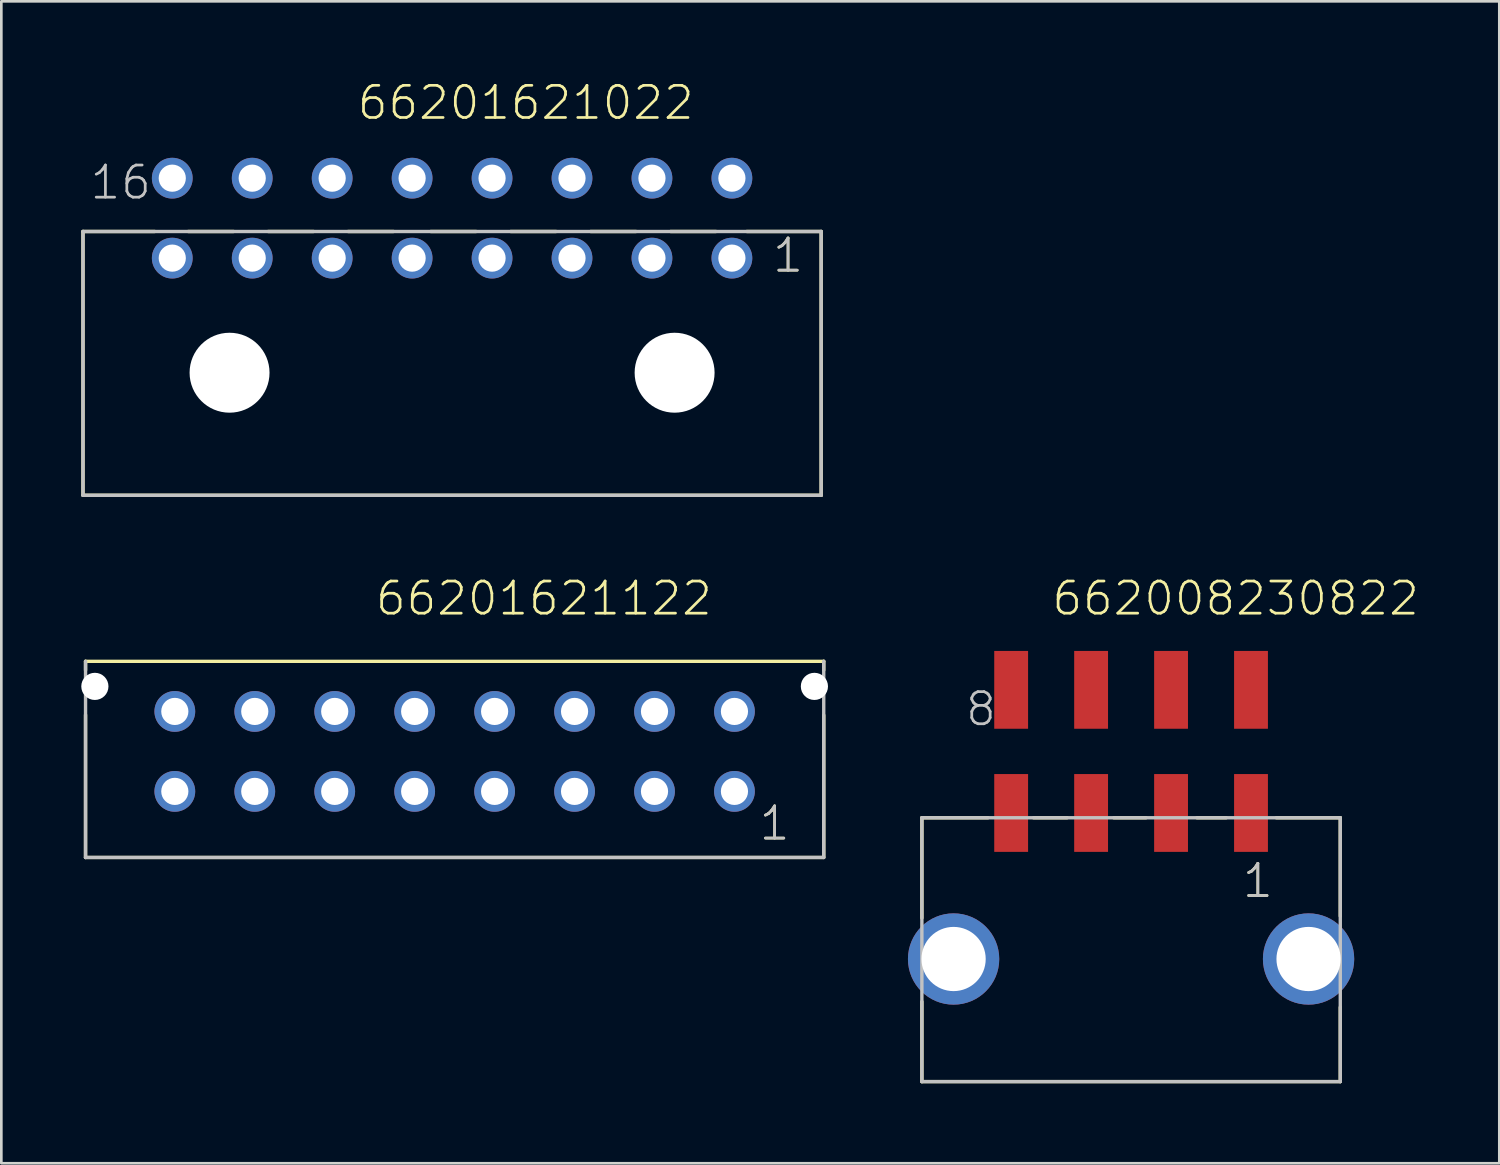
<source format=kicad_pcb>
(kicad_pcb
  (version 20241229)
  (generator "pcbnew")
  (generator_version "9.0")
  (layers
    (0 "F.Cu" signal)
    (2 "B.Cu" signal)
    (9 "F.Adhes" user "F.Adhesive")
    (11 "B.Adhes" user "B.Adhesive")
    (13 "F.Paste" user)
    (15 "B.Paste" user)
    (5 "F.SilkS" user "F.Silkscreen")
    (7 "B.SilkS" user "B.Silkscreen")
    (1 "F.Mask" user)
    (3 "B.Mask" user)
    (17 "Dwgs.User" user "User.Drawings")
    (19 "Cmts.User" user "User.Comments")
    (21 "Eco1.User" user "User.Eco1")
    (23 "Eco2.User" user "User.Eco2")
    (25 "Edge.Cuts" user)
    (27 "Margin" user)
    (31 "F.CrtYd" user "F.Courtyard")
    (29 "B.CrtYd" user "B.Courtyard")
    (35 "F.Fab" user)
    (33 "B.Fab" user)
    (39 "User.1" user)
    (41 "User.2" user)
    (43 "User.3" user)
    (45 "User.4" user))
  (footprint "662008230822"
    (layer "F.Cu")
    (at 39.393 32.936)
    (property "Reference" "662008230822" (at -3.035 -12.825 0) (layer "F.SilkS") (effects (font (size 1.206 1.206) (thickness 0.102)) (justify left bottom)))
    (attr through_hole)
    (fp_line (start -7.85 -5.3) (end -7.85 -1.54) (stroke (width 0.127) (type solid)) (layer "F.SilkS"))
    (fp_line (start -7.85 1.6) (end -7.85 4.6) (stroke (width 0.127) (type solid)) (layer "F.SilkS"))
    (fp_line (start -7.85 4.6) (end 7.85 4.6) (stroke (width 0.127) (type solid)) (layer "F.SilkS"))
    (fp_line (start -5.37 -5.3) (end -7.85 -5.3) (stroke (width 0.127) (type solid)) (layer "F.SilkS"))
    (fp_line (start -3.66 -5.3) (end -2.4 -5.3) (stroke (width 0.127) (type solid)) (layer "F.SilkS"))
    (fp_line (start -0.65 -5.3) (end 0.56 -5.3) (stroke (width 0.127) (type solid)) (layer "F.SilkS"))
    (fp_line (start 2.47 -5.3) (end 3.57 -5.3) (stroke (width 0.127) (type solid)) (layer "F.SilkS"))
    (fp_line (start 5.45 -5.3) (end 7.85 -5.3) (stroke (width 0.127) (type solid)) (layer "F.SilkS"))
    (fp_line (start 7.85 -5.3) (end 7.85 -1.61) (stroke (width 0.127) (type solid)) (layer "F.SilkS"))
    (fp_line (start 7.85 4.6) (end 7.85 1.81) (stroke (width 0.127) (type solid)) (layer "F.SilkS"))
    (fp_line (start -7.85 -5.3) (end 7.85 -5.3) (stroke (width 0.127) (type solid)) (layer "Dwgs.User"))
    (fp_line (start -7.85 4.6) (end -7.85 -5.3) (stroke (width 0.127) (type solid)) (layer "Dwgs.User"))
    (fp_line (start 7.85 -5.3) (end 7.85 4.6) (stroke (width 0.127) (type solid)) (layer "Dwgs.User"))
    (fp_line (start 7.85 4.6) (end -7.85 4.6) (stroke (width 0.127) (type solid)) (layer "Dwgs.User"))
    (fp_text user "1" (at 4.115 -2.23 0) (layer "F.SilkS") (effects (font (size 1.206 1.206) (thickness 0.102)) (justify left bottom)))
    (fp_text user "8" (at -6.275 -8.675 0) (layer "Dwgs.User") (effects (font (size 1.206 1.206) (thickness 0.102)) (justify left bottom)))
    (fp_text user "1" (at 4.115 -2.23 0) (layer "Dwgs.User") (effects (font (size 1.206 1.206) (thickness 0.102)) (justify left bottom)))
    (pad "1" smd rect (at 4.5 -5.48 90) (size 2.92 1.27) (layers "F.Cu" "F.Mask" "F.Paste"))
    (pad "2" smd rect (at 1.5 -5.48 90) (size 2.92 1.27) (layers "F.Cu" "F.Mask" "F.Paste"))
    (pad "3" smd rect (at -1.5 -5.48 90) (size 2.92 1.27) (layers "F.Cu" "F.Mask" "F.Paste"))
    (pad "4" smd rect (at -4.5 -5.48 90) (size 2.92 1.27) (layers "F.Cu" "F.Mask" "F.Paste"))
    (pad "5" smd rect (at 4.5 -10.1 90) (size 2.92 1.27) (layers "F.Cu" "F.Mask" "F.Paste"))
    (pad "6" smd rect (at 1.5 -10.1 90) (size 2.92 1.27) (layers "F.Cu" "F.Mask" "F.Paste"))
    (pad "7" smd rect (at -1.5 -10.1 90) (size 2.92 1.27) (layers "F.Cu" "F.Mask" "F.Paste"))
    (pad "8" smd rect (at -4.5 -10.1 90) (size 2.92 1.27) (layers "F.Cu" "F.Mask" "F.Paste"))
    (pad "Z1" thru_hole circle (at -6.66 0) (size 3.426 3.426) (drill 2.41) (layers "*.Cu" "*.Mask"))
    (pad "Z2" thru_hole circle (at 6.66 0 90) (size 3.426 3.426) (drill 2.41) (layers "*.Cu" "*.Mask")))
  (footprint "66201621122"
    (layer "F.Cu")
    (at 14.01 25.146)
    (property "Reference" "66201621122" (at -3.035 -5.035 0) (layer "F.SilkS") (effects (font (size 1.206 1.206) (thickness 0.102)) (justify left bottom)))
    (attr through_hole)
    (fp_line (start -13.85 -3.05) (end -13.85 -3.38) (stroke (width 0.127) (type solid)) (layer "F.SilkS"))
    (fp_line (start -13.85 -1.37) (end -13.85 3.98) (stroke (width 0.127) (type solid)) (layer "F.SilkS"))
    (fp_line (start -13.85 3.98) (end 13.85 3.98) (stroke (width 0.127) (type solid)) (layer "F.SilkS"))
    (fp_line (start 13.85 -3.38) (end -13.85 -3.38) (stroke (width 0.127) (type solid)) (layer "F.SilkS"))
    (fp_line (start 13.85 -3.05) (end 13.85 -3.38) (stroke (width 0.127) (type solid)) (layer "F.SilkS"))
    (fp_line (start 13.85 -1.36) (end 13.85 3.94) (stroke (width 0.127) (type solid)) (layer "F.SilkS"))
    (fp_line (start -13.85 -3.38) (end -13.85 3.98) (stroke (width 0.127) (type solid)) (layer "Dwgs.User"))
    (fp_line (start -13.85 3.98) (end 13.85 3.98) (stroke (width 0.127) (type solid)) (layer "Dwgs.User"))
    (fp_line (start 13.85 3.98) (end 13.85 -3.38) (stroke (width 0.127) (type solid)) (layer "Dwgs.User"))
    (fp_text user "1" (at 11.365 3.405 0) (layer "F.SilkS") (effects (font (size 1.206 1.206) (thickness 0.102)) (justify left bottom)))
    (fp_text user "1" (at 11.365 3.405 0) (layer "Dwgs.User") (effects (font (size 1.206 1.206) (thickness 0.102)) (justify left bottom)))
    (pad "" np_thru_hole circle (at -13.5 -2.44) (size 1.02 1.02) (drill 1.02) (layers "*.Cu"))
    (pad "" np_thru_hole circle (at 13.5 -2.44) (size 1.02 1.02) (drill 1.02) (layers "*.Cu"))
    (pad "1" thru_hole circle (at 10.5 1.5) (size 1.53 1.53) (drill 1.02) (layers "*.Cu" "*.Mask"))
    (pad "2" thru_hole circle (at 7.5 1.5) (size 1.53 1.53) (drill 1.02) (layers "*.Cu" "*.Mask"))
    (pad "3" thru_hole circle (at 4.5 1.5) (size 1.53 1.53) (drill 1.02) (layers "*.Cu" "*.Mask"))
    (pad "4" thru_hole circle (at 1.5 1.5) (size 1.53 1.53) (drill 1.02) (layers "*.Cu" "*.Mask"))
    (pad "5" thru_hole circle (at -1.5 1.5) (size 1.53 1.53) (drill 1.02) (layers "*.Cu" "*.Mask"))
    (pad "6" thru_hole circle (at -4.5 1.5) (size 1.53 1.53) (drill 1.02) (layers "*.Cu" "*.Mask"))
    (pad "7" thru_hole circle (at -7.5 1.5) (size 1.53 1.53) (drill 1.02) (layers "*.Cu" "*.Mask"))
    (pad "8" thru_hole circle (at -10.5 1.5) (size 1.53 1.53) (drill 1.02) (layers "*.Cu" "*.Mask"))
    (pad "9" thru_hole circle (at 10.5 -1.5) (size 1.53 1.53) (drill 1.02) (layers "*.Cu" "*.Mask"))
    (pad "10" thru_hole circle (at 7.5 -1.5) (size 1.53 1.53) (drill 1.02) (layers "*.Cu" "*.Mask"))
    (pad "11" thru_hole circle (at 4.5 -1.5) (size 1.53 1.53) (drill 1.02) (layers "*.Cu" "*.Mask"))
    (pad "12" thru_hole circle (at 1.5 -1.5) (size 1.53 1.53) (drill 1.02) (layers "*.Cu" "*.Mask"))
    (pad "13" thru_hole circle (at -1.5 -1.5) (size 1.53 1.53) (drill 1.02) (layers "*.Cu" "*.Mask"))
    (pad "14" thru_hole circle (at -4.5 -1.5) (size 1.53 1.53) (drill 1.02) (layers "*.Cu" "*.Mask"))
    (pad "15" thru_hole circle (at -7.5 -1.5) (size 1.53 1.53) (drill 1.02) (layers "*.Cu" "*.Mask"))
    (pad "16" thru_hole circle (at -10.5 -1.5) (size 1.53 1.53) (drill 1.02) (layers "*.Cu" "*.Mask")))
  (footprint "66201621022"
    (layer "F.Cu")
    (at 13.914 10.936)
    (property "Reference" "66201621022" (at -3.62 -9.425 0) (layer "F.SilkS") (effects (font (size 1.206 1.206) (thickness 0.102)) (justify left bottom)))
    (attr through_hole)
    (fp_line (start -13.85 4.6) (end -13.85 -5.3) (stroke (width 0.127) (type solid)) (layer "F.SilkS"))
    (fp_line (start -11.16 -5.3) (end -13.85 -5.3) (stroke (width 0.127) (type solid)) (layer "F.SilkS"))
    (fp_line (start -9.9 -5.3) (end -8.2 -5.3) (stroke (width 0.127) (type solid)) (layer "F.SilkS"))
    (fp_line (start -6.9 -5.3) (end -5.2 -5.3) (stroke (width 0.127) (type solid)) (layer "F.SilkS"))
    (fp_line (start -3.9 -5.3) (end -2.2 -5.3) (stroke (width 0.127) (type solid)) (layer "F.SilkS"))
    (fp_line (start -0.8 -5.3) (end 0.9 -5.3) (stroke (width 0.127) (type solid)) (layer "F.SilkS"))
    (fp_line (start 2.2 -5.3) (end 3.9 -5.3) (stroke (width 0.127) (type solid)) (layer "F.SilkS"))
    (fp_line (start 5.2 -5.3) (end 6.9 -5.3) (stroke (width 0.127) (type solid)) (layer "F.SilkS"))
    (fp_line (start 8.2 -5.3) (end 9.9 -5.3) (stroke (width 0.127) (type solid)) (layer "F.SilkS"))
    (fp_line (start 11.06 -5.3) (end 13.85 -5.3) (stroke (width 0.127) (type solid)) (layer "F.SilkS"))
    (fp_line (start 13.85 -5.3) (end 13.85 4.6) (stroke (width 0.127) (type solid)) (layer "F.SilkS"))
    (fp_line (start 13.85 4.6) (end -13.85 4.6) (stroke (width 0.127) (type solid)) (layer "F.SilkS"))
    (fp_line (start -13.85 -5.3) (end 13.85 -5.3) (stroke (width 0.127) (type solid)) (layer "Dwgs.User"))
    (fp_line (start -13.85 4.6) (end -13.85 -5.3) (stroke (width 0.127) (type solid)) (layer "Dwgs.User"))
    (fp_line (start 13.85 -5.3) (end 13.85 4.6) (stroke (width 0.127) (type solid)) (layer "Dwgs.User"))
    (fp_line (start 13.85 4.6) (end -13.85 4.6) (stroke (width 0.127) (type solid)) (layer "Dwgs.User"))
    (fp_text user "1" (at 11.965 -3.695 0) (layer "F.SilkS") (effects (font (size 1.206 1.206) (thickness 0.102)) (justify left bottom)))
    (fp_text user "16" (at -13.65 -6.435 0) (layer "Dwgs.User") (effects (font (size 1.206 1.206) (thickness 0.102)) (justify left bottom)))
    (fp_text user "1" (at 11.965 -3.695 0) (layer "Dwgs.User") (effects (font (size 1.206 1.206) (thickness 0.102)) (justify left bottom)))
    (pad "" np_thru_hole circle (at -8.35 0) (size 3 3) (drill 3) (layers "*.Cu"))
    (pad "" np_thru_hole circle (at 8.35 0) (size 3 3) (drill 3) (layers "*.Cu"))
    (pad "1" thru_hole circle (at 10.5 -4.3) (size 1.53 1.53) (drill 1.02) (layers "*.Cu" "*.Mask"))
    (pad "2" thru_hole circle (at 7.5 -4.3) (size 1.53 1.53) (drill 1.02) (layers "*.Cu" "*.Mask"))
    (pad "3" thru_hole circle (at 4.5 -4.3) (size 1.53 1.53) (drill 1.02) (layers "*.Cu" "*.Mask"))
    (pad "4" thru_hole circle (at 1.5 -4.3) (size 1.53 1.53) (drill 1.02) (layers "*.Cu" "*.Mask"))
    (pad "5" thru_hole circle (at -1.5 -4.3) (size 1.53 1.53) (drill 1.02) (layers "*.Cu" "*.Mask"))
    (pad "6" thru_hole circle (at -4.5 -4.3) (size 1.53 1.53) (drill 1.02) (layers "*.Cu" "*.Mask"))
    (pad "7" thru_hole circle (at -7.5 -4.3) (size 1.53 1.53) (drill 1.02) (layers "*.Cu" "*.Mask"))
    (pad "8" thru_hole circle (at -10.5 -4.3) (size 1.53 1.53) (drill 1.02) (layers "*.Cu" "*.Mask"))
    (pad "9" thru_hole circle (at 10.5 -7.3) (size 1.53 1.53) (drill 1.02) (layers "*.Cu" "*.Mask"))
    (pad "10" thru_hole circle (at 7.5 -7.3) (size 1.53 1.53) (drill 1.02) (layers "*.Cu" "*.Mask"))
    (pad "11" thru_hole circle (at 4.5 -7.3) (size 1.53 1.53) (drill 1.02) (layers "*.Cu" "*.Mask"))
    (pad "12" thru_hole circle (at 1.5 -7.3) (size 1.53 1.53) (drill 1.02) (layers "*.Cu" "*.Mask"))
    (pad "13" thru_hole circle (at -1.5 -7.3) (size 1.53 1.53) (drill 1.02) (layers "*.Cu" "*.Mask"))
    (pad "14" thru_hole circle (at -4.5 -7.3) (size 1.53 1.53) (drill 1.02) (layers "*.Cu" "*.Mask"))
    (pad "15" thru_hole circle (at -7.5 -7.3) (size 1.53 1.53) (drill 1.02) (layers "*.Cu" "*.Mask"))
    (pad "16" thru_hole circle (at -10.5 -7.3) (size 1.53 1.53) (drill 1.02) (layers "*.Cu" "*.Mask")))
  (gr_rect
    (start -3 -3)
    (end 53.21 40.6)
    (stroke (width 0.1) (type default))
    (fill no)
    (layer "Edge.Cuts")))
</source>
